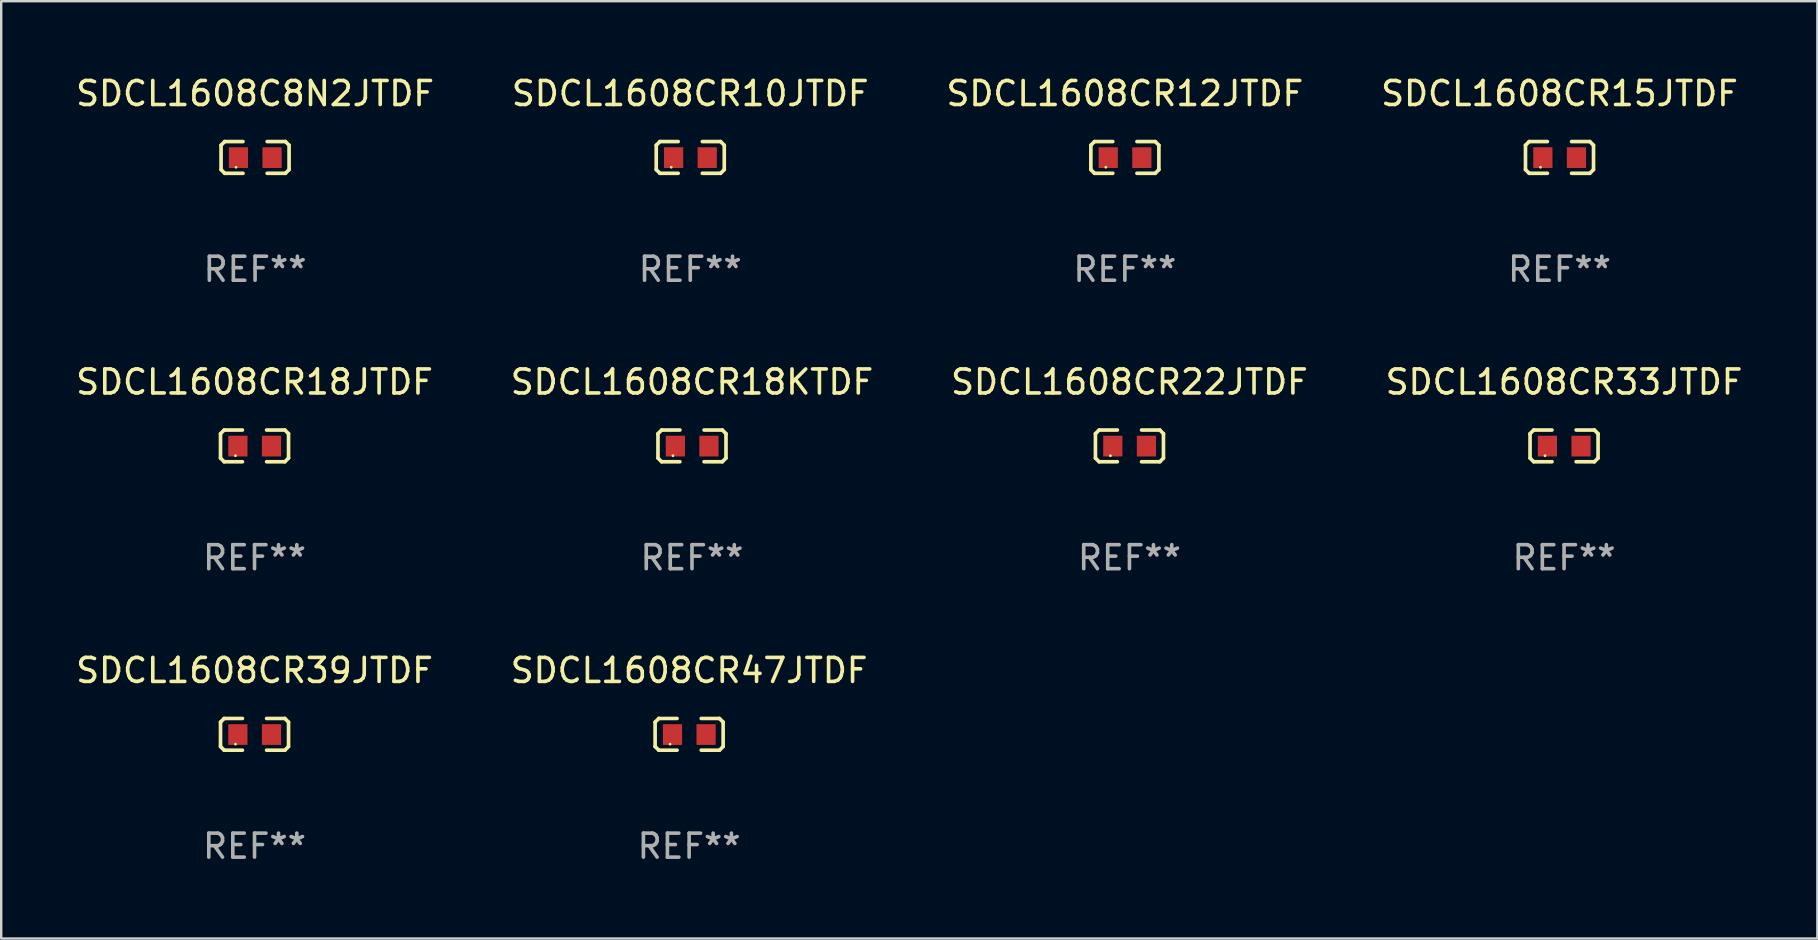
<source format=kicad_pcb>
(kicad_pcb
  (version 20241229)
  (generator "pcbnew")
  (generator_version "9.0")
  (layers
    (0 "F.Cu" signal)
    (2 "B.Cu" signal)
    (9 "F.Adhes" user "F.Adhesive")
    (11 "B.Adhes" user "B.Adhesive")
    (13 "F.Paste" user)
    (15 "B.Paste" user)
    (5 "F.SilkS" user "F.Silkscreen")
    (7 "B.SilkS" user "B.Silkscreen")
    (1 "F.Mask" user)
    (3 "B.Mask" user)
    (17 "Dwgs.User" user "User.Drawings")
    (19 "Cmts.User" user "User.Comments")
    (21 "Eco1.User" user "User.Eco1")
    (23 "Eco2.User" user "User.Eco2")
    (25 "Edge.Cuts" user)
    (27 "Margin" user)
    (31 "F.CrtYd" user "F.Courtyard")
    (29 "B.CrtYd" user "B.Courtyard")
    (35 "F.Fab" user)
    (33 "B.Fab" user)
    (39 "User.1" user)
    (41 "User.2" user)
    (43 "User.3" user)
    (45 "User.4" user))
  (footprint "SDCL1608CR18KTDF"
    (layer "F.Cu")
    (at 25.78 15.527)
    (property "Reference" "SDCL1608CR18KTDF" (at 0 -2.661 0) (layer "F.SilkS") (effects (font (size 1 1) (thickness 0.15))))
    (attr through_hole)
    (fp_line (start -1.417 -0.508) (end -1.265 -0.661) (stroke (width 0.152) (type solid)) (layer "F.SilkS"))
    (fp_line (start -1.417 0.508) (end -1.417 -0.508) (stroke (width 0.152) (type solid)) (layer "F.SilkS"))
    (fp_line (start -1.265 -0.661) (end -0.503 -0.661) (stroke (width 0.152) (type solid)) (layer "F.SilkS"))
    (fp_line (start -1.265 0.661) (end -1.417 0.508) (stroke (width 0.152) (type solid)) (layer "F.SilkS"))
    (fp_line (start -1.265 0.661) (end -0.503 0.661) (stroke (width 0.152) (type solid)) (layer "F.SilkS"))
    (fp_line (start 1.265 -0.661) (end 0.503 -0.661) (stroke (width 0.152) (type solid)) (layer "F.SilkS"))
    (fp_line (start 1.265 -0.661) (end 1.417 -0.508) (stroke (width 0.152) (type solid)) (layer "F.SilkS"))
    (fp_line (start 1.265 0.661) (end 0.503 0.661) (stroke (width 0.152) (type solid)) (layer "F.SilkS"))
    (fp_line (start 1.417 -0.508) (end 1.417 0.508) (stroke (width 0.152) (type solid)) (layer "F.SilkS"))
    (fp_line (start 1.417 0.508) (end 1.265 0.661) (stroke (width 0.152) (type solid)) (layer "F.SilkS"))
    (fp_circle (center -0.793 0.409) (end -0.763 0.409) (stroke (width 0.06) (type solid)) (fill no) (layer "F.SilkS"))
    (fp_text user "REF**" (at 0 4.661 0) (layer "F.Fab") (effects (font (size 1 1) (thickness 0.15))))
    (pad "1" smd rect (at -0.693 0.009 180) (size 0.8 0.864) (layers "F.Cu" "F.Mask" "F.Paste"))
    (pad "2" smd rect (at 0.707 0.009 180) (size 0.8 0.864) (layers "F.Cu" "F.Mask" "F.Paste")))
  (footprint "SDCL1608CR33JTDF"
    (layer "F.Cu")
    (at 62.113 15.527)
    (property "Reference" "SDCL1608CR33JTDF" (at 0 -2.661 0) (layer "F.SilkS") (effects (font (size 1 1) (thickness 0.15))))
    (attr through_hole)
    (fp_line (start -1.417 -0.508) (end -1.265 -0.661) (stroke (width 0.152) (type solid)) (layer "F.SilkS"))
    (fp_line (start -1.417 0.508) (end -1.417 -0.508) (stroke (width 0.152) (type solid)) (layer "F.SilkS"))
    (fp_line (start -1.265 -0.661) (end -0.503 -0.661) (stroke (width 0.152) (type solid)) (layer "F.SilkS"))
    (fp_line (start -1.265 0.661) (end -1.417 0.508) (stroke (width 0.152) (type solid)) (layer "F.SilkS"))
    (fp_line (start -1.265 0.661) (end -0.503 0.661) (stroke (width 0.152) (type solid)) (layer "F.SilkS"))
    (fp_line (start 1.265 -0.661) (end 0.503 -0.661) (stroke (width 0.152) (type solid)) (layer "F.SilkS"))
    (fp_line (start 1.265 -0.661) (end 1.417 -0.508) (stroke (width 0.152) (type solid)) (layer "F.SilkS"))
    (fp_line (start 1.265 0.661) (end 0.503 0.661) (stroke (width 0.152) (type solid)) (layer "F.SilkS"))
    (fp_line (start 1.417 -0.508) (end 1.417 0.508) (stroke (width 0.152) (type solid)) (layer "F.SilkS"))
    (fp_line (start 1.417 0.508) (end 1.265 0.661) (stroke (width 0.152) (type solid)) (layer "F.SilkS"))
    (fp_circle (center -0.793 0.409) (end -0.763 0.409) (stroke (width 0.06) (type solid)) (fill no) (layer "F.SilkS"))
    (fp_text user "REF**" (at 0 4.661 0) (layer "F.Fab") (effects (font (size 1 1) (thickness 0.15))))
    (pad "1" smd rect (at -0.693 0.009 180) (size 0.8 0.864) (layers "F.Cu" "F.Mask" "F.Paste"))
    (pad "2" smd rect (at 0.707 0.009 180) (size 0.8 0.864) (layers "F.Cu" "F.Mask" "F.Paste")))
  (footprint "SDCL1608C8N2JTDF"
    (layer "F.Cu")
    (at 7.577 3.509)
    (property "Reference" "SDCL1608C8N2JTDF" (at 0 -2.661 0) (layer "F.SilkS") (effects (font (size 1 1) (thickness 0.15))))
    (attr through_hole)
    (fp_line (start -1.417 -0.508) (end -1.265 -0.661) (stroke (width 0.152) (type solid)) (layer "F.SilkS"))
    (fp_line (start -1.417 0.508) (end -1.417 -0.508) (stroke (width 0.152) (type solid)) (layer "F.SilkS"))
    (fp_line (start -1.265 -0.661) (end -0.503 -0.661) (stroke (width 0.152) (type solid)) (layer "F.SilkS"))
    (fp_line (start -1.265 0.661) (end -1.417 0.508) (stroke (width 0.152) (type solid)) (layer "F.SilkS"))
    (fp_line (start -1.265 0.661) (end -0.503 0.661) (stroke (width 0.152) (type solid)) (layer "F.SilkS"))
    (fp_line (start 1.265 -0.661) (end 0.503 -0.661) (stroke (width 0.152) (type solid)) (layer "F.SilkS"))
    (fp_line (start 1.265 -0.661) (end 1.417 -0.508) (stroke (width 0.152) (type solid)) (layer "F.SilkS"))
    (fp_line (start 1.265 0.661) (end 0.503 0.661) (stroke (width 0.152) (type solid)) (layer "F.SilkS"))
    (fp_line (start 1.417 -0.508) (end 1.417 0.508) (stroke (width 0.152) (type solid)) (layer "F.SilkS"))
    (fp_line (start 1.417 0.508) (end 1.265 0.661) (stroke (width 0.152) (type solid)) (layer "F.SilkS"))
    (fp_circle (center -0.793 0.409) (end -0.763 0.409) (stroke (width 0.06) (type solid)) (fill no) (layer "F.SilkS"))
    (fp_text user "REF**" (at 0 4.661 0) (layer "F.Fab") (effects (font (size 1 1) (thickness 0.15))))
    (pad "1" smd rect (at -0.693 0.009 180) (size 0.8 0.864) (layers "F.Cu" "F.Mask" "F.Paste"))
    (pad "2" smd rect (at 0.707 0.009 180) (size 0.8 0.864) (layers "F.Cu" "F.Mask" "F.Paste")))
  (footprint "SDCL1608CR10JTDF"
    (layer "F.Cu")
    (at 25.708 3.509)
    (property "Reference" "SDCL1608CR10JTDF" (at 0 -2.661 0) (layer "F.SilkS") (effects (font (size 1 1) (thickness 0.15))))
    (attr through_hole)
    (fp_line (start -1.417 -0.508) (end -1.265 -0.661) (stroke (width 0.152) (type solid)) (layer "F.SilkS"))
    (fp_line (start -1.417 0.508) (end -1.417 -0.508) (stroke (width 0.152) (type solid)) (layer "F.SilkS"))
    (fp_line (start -1.265 -0.661) (end -0.503 -0.661) (stroke (width 0.152) (type solid)) (layer "F.SilkS"))
    (fp_line (start -1.265 0.661) (end -1.417 0.508) (stroke (width 0.152) (type solid)) (layer "F.SilkS"))
    (fp_line (start -1.265 0.661) (end -0.503 0.661) (stroke (width 0.152) (type solid)) (layer "F.SilkS"))
    (fp_line (start 1.265 -0.661) (end 0.503 -0.661) (stroke (width 0.152) (type solid)) (layer "F.SilkS"))
    (fp_line (start 1.265 -0.661) (end 1.417 -0.508) (stroke (width 0.152) (type solid)) (layer "F.SilkS"))
    (fp_line (start 1.265 0.661) (end 0.503 0.661) (stroke (width 0.152) (type solid)) (layer "F.SilkS"))
    (fp_line (start 1.417 -0.508) (end 1.417 0.508) (stroke (width 0.152) (type solid)) (layer "F.SilkS"))
    (fp_line (start 1.417 0.508) (end 1.265 0.661) (stroke (width 0.152) (type solid)) (layer "F.SilkS"))
    (fp_circle (center -0.793 0.409) (end -0.763 0.409) (stroke (width 0.06) (type solid)) (fill no) (layer "F.SilkS"))
    (fp_text user "REF**" (at 0 4.661 0) (layer "F.Fab") (effects (font (size 1 1) (thickness 0.15))))
    (pad "1" smd rect (at -0.693 0.009 180) (size 0.8 0.864) (layers "F.Cu" "F.Mask" "F.Paste"))
    (pad "2" smd rect (at 0.707 0.009 180) (size 0.8 0.864) (layers "F.Cu" "F.Mask" "F.Paste")))
  (footprint "SDCL1608CR15JTDF"
    (layer "F.Cu")
    (at 61.923 3.509)
    (property "Reference" "SDCL1608CR15JTDF" (at 0 -2.661 0) (layer "F.SilkS") (effects (font (size 1 1) (thickness 0.15))))
    (attr through_hole)
    (fp_line (start -1.417 -0.508) (end -1.265 -0.661) (stroke (width 0.152) (type solid)) (layer "F.SilkS"))
    (fp_line (start -1.417 0.508) (end -1.417 -0.508) (stroke (width 0.152) (type solid)) (layer "F.SilkS"))
    (fp_line (start -1.265 -0.661) (end -0.503 -0.661) (stroke (width 0.152) (type solid)) (layer "F.SilkS"))
    (fp_line (start -1.265 0.661) (end -1.417 0.508) (stroke (width 0.152) (type solid)) (layer "F.SilkS"))
    (fp_line (start -1.265 0.661) (end -0.503 0.661) (stroke (width 0.152) (type solid)) (layer "F.SilkS"))
    (fp_line (start 1.265 -0.661) (end 0.503 -0.661) (stroke (width 0.152) (type solid)) (layer "F.SilkS"))
    (fp_line (start 1.265 -0.661) (end 1.417 -0.508) (stroke (width 0.152) (type solid)) (layer "F.SilkS"))
    (fp_line (start 1.265 0.661) (end 0.503 0.661) (stroke (width 0.152) (type solid)) (layer "F.SilkS"))
    (fp_line (start 1.417 -0.508) (end 1.417 0.508) (stroke (width 0.152) (type solid)) (layer "F.SilkS"))
    (fp_line (start 1.417 0.508) (end 1.265 0.661) (stroke (width 0.152) (type solid)) (layer "F.SilkS"))
    (fp_circle (center -0.793 0.409) (end -0.763 0.409) (stroke (width 0.06) (type solid)) (fill no) (layer "F.SilkS"))
    (fp_text user "REF**" (at 0 4.661 0) (layer "F.Fab") (effects (font (size 1 1) (thickness 0.15))))
    (pad "1" smd rect (at -0.693 0.009 180) (size 0.8 0.864) (layers "F.Cu" "F.Mask" "F.Paste"))
    (pad "2" smd rect (at 0.707 0.009 180) (size 0.8 0.864) (layers "F.Cu" "F.Mask" "F.Paste")))
  (footprint "SDCL1608CR22JTDF"
    (layer "F.Cu")
    (at 44.006 15.527)
    (property "Reference" "SDCL1608CR22JTDF" (at 0 -2.661 0) (layer "F.SilkS") (effects (font (size 1 1) (thickness 0.15))))
    (attr through_hole)
    (fp_line (start -1.417 -0.508) (end -1.265 -0.661) (stroke (width 0.152) (type solid)) (layer "F.SilkS"))
    (fp_line (start -1.417 0.508) (end -1.417 -0.508) (stroke (width 0.152) (type solid)) (layer "F.SilkS"))
    (fp_line (start -1.265 -0.661) (end -0.503 -0.661) (stroke (width 0.152) (type solid)) (layer "F.SilkS"))
    (fp_line (start -1.265 0.661) (end -1.417 0.508) (stroke (width 0.152) (type solid)) (layer "F.SilkS"))
    (fp_line (start -1.265 0.661) (end -0.503 0.661) (stroke (width 0.152) (type solid)) (layer "F.SilkS"))
    (fp_line (start 1.265 -0.661) (end 0.503 -0.661) (stroke (width 0.152) (type solid)) (layer "F.SilkS"))
    (fp_line (start 1.265 -0.661) (end 1.417 -0.508) (stroke (width 0.152) (type solid)) (layer "F.SilkS"))
    (fp_line (start 1.265 0.661) (end 0.503 0.661) (stroke (width 0.152) (type solid)) (layer "F.SilkS"))
    (fp_line (start 1.417 -0.508) (end 1.417 0.508) (stroke (width 0.152) (type solid)) (layer "F.SilkS"))
    (fp_line (start 1.417 0.508) (end 1.265 0.661) (stroke (width 0.152) (type solid)) (layer "F.SilkS"))
    (fp_circle (center -0.793 0.409) (end -0.763 0.409) (stroke (width 0.06) (type solid)) (fill no) (layer "F.SilkS"))
    (fp_text user "REF**" (at 0 4.661 0) (layer "F.Fab") (effects (font (size 1 1) (thickness 0.15))))
    (pad "1" smd rect (at -0.693 0.009 180) (size 0.8 0.864) (layers "F.Cu" "F.Mask" "F.Paste"))
    (pad "2" smd rect (at 0.707 0.009 180) (size 0.8 0.864) (layers "F.Cu" "F.Mask" "F.Paste")))
  (footprint "SDCL1608CR12JTDF"
    (layer "F.Cu")
    (at 43.815 3.509)
    (property "Reference" "SDCL1608CR12JTDF" (at 0 -2.661 0) (layer "F.SilkS") (effects (font (size 1 1) (thickness 0.15))))
    (attr through_hole)
    (fp_line (start -1.417 -0.508) (end -1.265 -0.661) (stroke (width 0.152) (type solid)) (layer "F.SilkS"))
    (fp_line (start -1.417 0.508) (end -1.417 -0.508) (stroke (width 0.152) (type solid)) (layer "F.SilkS"))
    (fp_line (start -1.265 -0.661) (end -0.503 -0.661) (stroke (width 0.152) (type solid)) (layer "F.SilkS"))
    (fp_line (start -1.265 0.661) (end -1.417 0.508) (stroke (width 0.152) (type solid)) (layer "F.SilkS"))
    (fp_line (start -1.265 0.661) (end -0.503 0.661) (stroke (width 0.152) (type solid)) (layer "F.SilkS"))
    (fp_line (start 1.265 -0.661) (end 0.503 -0.661) (stroke (width 0.152) (type solid)) (layer "F.SilkS"))
    (fp_line (start 1.265 -0.661) (end 1.417 -0.508) (stroke (width 0.152) (type solid)) (layer "F.SilkS"))
    (fp_line (start 1.265 0.661) (end 0.503 0.661) (stroke (width 0.152) (type solid)) (layer "F.SilkS"))
    (fp_line (start 1.417 -0.508) (end 1.417 0.508) (stroke (width 0.152) (type solid)) (layer "F.SilkS"))
    (fp_line (start 1.417 0.508) (end 1.265 0.661) (stroke (width 0.152) (type solid)) (layer "F.SilkS"))
    (fp_circle (center -0.793 0.409) (end -0.763 0.409) (stroke (width 0.06) (type solid)) (fill no) (layer "F.SilkS"))
    (fp_text user "REF**" (at 0 4.661 0) (layer "F.Fab") (effects (font (size 1 1) (thickness 0.15))))
    (pad "1" smd rect (at -0.693 0.009 180) (size 0.8 0.864) (layers "F.Cu" "F.Mask" "F.Paste"))
    (pad "2" smd rect (at 0.707 0.009 180) (size 0.8 0.864) (layers "F.Cu" "F.Mask" "F.Paste")))
  (footprint "SDCL1608CR18JTDF"
    (layer "F.Cu")
    (at 7.554 15.527)
    (property "Reference" "SDCL1608CR18JTDF" (at 0 -2.661 0) (layer "F.SilkS") (effects (font (size 1 1) (thickness 0.15))))
    (attr through_hole)
    (fp_line (start -1.417 -0.508) (end -1.265 -0.661) (stroke (width 0.152) (type solid)) (layer "F.SilkS"))
    (fp_line (start -1.417 0.508) (end -1.417 -0.508) (stroke (width 0.152) (type solid)) (layer "F.SilkS"))
    (fp_line (start -1.265 -0.661) (end -0.503 -0.661) (stroke (width 0.152) (type solid)) (layer "F.SilkS"))
    (fp_line (start -1.265 0.661) (end -1.417 0.508) (stroke (width 0.152) (type solid)) (layer "F.SilkS"))
    (fp_line (start -1.265 0.661) (end -0.503 0.661) (stroke (width 0.152) (type solid)) (layer "F.SilkS"))
    (fp_line (start 1.265 -0.661) (end 0.503 -0.661) (stroke (width 0.152) (type solid)) (layer "F.SilkS"))
    (fp_line (start 1.265 -0.661) (end 1.417 -0.508) (stroke (width 0.152) (type solid)) (layer "F.SilkS"))
    (fp_line (start 1.265 0.661) (end 0.503 0.661) (stroke (width 0.152) (type solid)) (layer "F.SilkS"))
    (fp_line (start 1.417 -0.508) (end 1.417 0.508) (stroke (width 0.152) (type solid)) (layer "F.SilkS"))
    (fp_line (start 1.417 0.508) (end 1.265 0.661) (stroke (width 0.152) (type solid)) (layer "F.SilkS"))
    (fp_circle (center -0.793 0.409) (end -0.763 0.409) (stroke (width 0.06) (type solid)) (fill no) (layer "F.SilkS"))
    (fp_text user "REF**" (at 0 4.661 0) (layer "F.Fab") (effects (font (size 1 1) (thickness 0.15))))
    (pad "1" smd rect (at -0.693 0.009 180) (size 0.8 0.864) (layers "F.Cu" "F.Mask" "F.Paste"))
    (pad "2" smd rect (at 0.707 0.009 180) (size 0.8 0.864) (layers "F.Cu" "F.Mask" "F.Paste")))
  (footprint "SDCL1608CR39JTDF"
    (layer "F.Cu")
    (at 7.554 27.544)
    (property "Reference" "SDCL1608CR39JTDF" (at 0 -2.661 0) (layer "F.SilkS") (effects (font (size 1 1) (thickness 0.15))))
    (attr through_hole)
    (fp_line (start -1.417 -0.508) (end -1.265 -0.661) (stroke (width 0.152) (type solid)) (layer "F.SilkS"))
    (fp_line (start -1.417 0.508) (end -1.417 -0.508) (stroke (width 0.152) (type solid)) (layer "F.SilkS"))
    (fp_line (start -1.265 -0.661) (end -0.503 -0.661) (stroke (width 0.152) (type solid)) (layer "F.SilkS"))
    (fp_line (start -1.265 0.661) (end -1.417 0.508) (stroke (width 0.152) (type solid)) (layer "F.SilkS"))
    (fp_line (start -1.265 0.661) (end -0.503 0.661) (stroke (width 0.152) (type solid)) (layer "F.SilkS"))
    (fp_line (start 1.265 -0.661) (end 0.503 -0.661) (stroke (width 0.152) (type solid)) (layer "F.SilkS"))
    (fp_line (start 1.265 -0.661) (end 1.417 -0.508) (stroke (width 0.152) (type solid)) (layer "F.SilkS"))
    (fp_line (start 1.265 0.661) (end 0.503 0.661) (stroke (width 0.152) (type solid)) (layer "F.SilkS"))
    (fp_line (start 1.417 -0.508) (end 1.417 0.508) (stroke (width 0.152) (type solid)) (layer "F.SilkS"))
    (fp_line (start 1.417 0.508) (end 1.265 0.661) (stroke (width 0.152) (type solid)) (layer "F.SilkS"))
    (fp_circle (center -0.793 0.409) (end -0.763 0.409) (stroke (width 0.06) (type solid)) (fill no) (layer "F.SilkS"))
    (fp_text user "REF**" (at 0 4.661 0) (layer "F.Fab") (effects (font (size 1 1) (thickness 0.15))))
    (pad "1" smd rect (at -0.693 0.009 180) (size 0.8 0.864) (layers "F.Cu" "F.Mask" "F.Paste"))
    (pad "2" smd rect (at 0.707 0.009 180) (size 0.8 0.864) (layers "F.Cu" "F.Mask" "F.Paste")))
  (footprint "SDCL1608CR47JTDF"
    (layer "F.Cu")
    (at 25.661 27.544)
    (property "Reference" "SDCL1608CR47JTDF" (at 0 -2.661 0) (layer "F.SilkS") (effects (font (size 1 1) (thickness 0.15))))
    (attr through_hole)
    (fp_line (start -1.417 -0.508) (end -1.265 -0.661) (stroke (width 0.152) (type solid)) (layer "F.SilkS"))
    (fp_line (start -1.417 0.508) (end -1.417 -0.508) (stroke (width 0.152) (type solid)) (layer "F.SilkS"))
    (fp_line (start -1.265 -0.661) (end -0.503 -0.661) (stroke (width 0.152) (type solid)) (layer "F.SilkS"))
    (fp_line (start -1.265 0.661) (end -1.417 0.508) (stroke (width 0.152) (type solid)) (layer "F.SilkS"))
    (fp_line (start -1.265 0.661) (end -0.503 0.661) (stroke (width 0.152) (type solid)) (layer "F.SilkS"))
    (fp_line (start 1.265 -0.661) (end 0.503 -0.661) (stroke (width 0.152) (type solid)) (layer "F.SilkS"))
    (fp_line (start 1.265 -0.661) (end 1.417 -0.508) (stroke (width 0.152) (type solid)) (layer "F.SilkS"))
    (fp_line (start 1.265 0.661) (end 0.503 0.661) (stroke (width 0.152) (type solid)) (layer "F.SilkS"))
    (fp_line (start 1.417 -0.508) (end 1.417 0.508) (stroke (width 0.152) (type solid)) (layer "F.SilkS"))
    (fp_line (start 1.417 0.508) (end 1.265 0.661) (stroke (width 0.152) (type solid)) (layer "F.SilkS"))
    (fp_circle (center -0.793 0.409) (end -0.763 0.409) (stroke (width 0.06) (type solid)) (fill no) (layer "F.SilkS"))
    (fp_text user "REF**" (at 0 4.661 0) (layer "F.Fab") (effects (font (size 1 1) (thickness 0.15))))
    (pad "1" smd rect (at -0.693 0.009 180) (size 0.8 0.864) (layers "F.Cu" "F.Mask" "F.Paste"))
    (pad "2" smd rect (at 0.707 0.009 180) (size 0.8 0.864) (layers "F.Cu" "F.Mask" "F.Paste")))
  (gr_rect
    (start -3 -3)
    (end 72.667 36.053)
    (stroke (width 0.1) (type default))
    (fill no)
    (layer "Edge.Cuts")))
</source>
